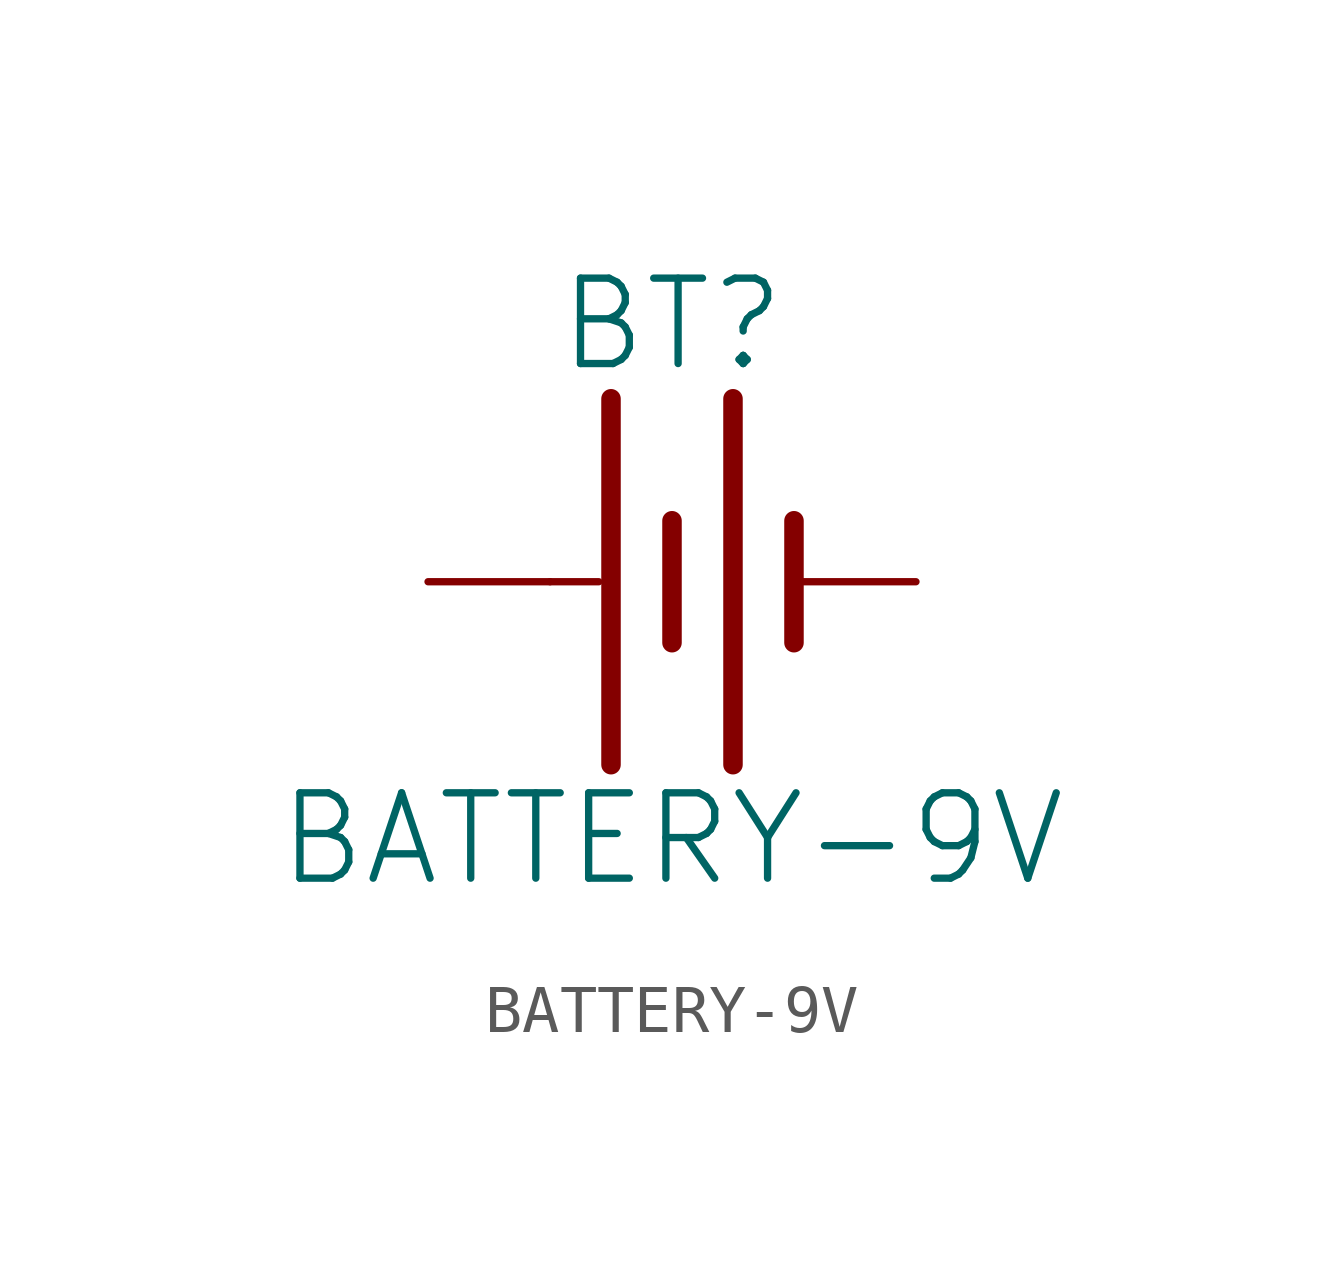
<source format=kicad_sym>
(kicad_symbol_lib
  (version 20211014)
  (generator kicad_symbol_editor)
  (symbol "BATTERY-9V"
    (property "Reference" "BT"
      (at 0 4.318 0)
      (effects (font (size 1.778 1.778)) (justify bottom)))
    (property "Value" "BATTERY-9V"
      (at 0 -4.318 0)
      (effects (font (size 1.778 1.778)) (justify top)))
    (property "ki_locked" ""
      (at 0 0 0)
      (effects (font (size 1.27 1.27))))
    (symbol "BATTERY-9V_1_0"
      (polyline (pts (xy -2.54 0) (xy -1.524 0)) (stroke (width 0.152) (type default) (color 0 0 0 0)) (fill (type none)))
      (polyline (pts (xy -1.27 3.81) (xy -1.27 -3.81)) (stroke (width 0.406) (type default) (color 0 0 0 0)) (fill (type none)))
      (polyline (pts (xy 0 1.27) (xy 0 -1.27)) (stroke (width 0.406) (type default) (color 0 0 0 0)) (fill (type none)))
      (polyline (pts (xy 1.27 3.81) (xy 1.27 -3.81)) (stroke (width 0.406) (type default) (color 0 0 0 0)) (fill (type none)))
      (polyline (pts (xy 2.54 1.27) (xy 2.54 -1.27)) (stroke (width 0.406) (type default) (color 0 0 0 0)) (fill (type none)))
      (pin power_in line (at -5.08 0 0) (length 2.54) (name "+" (effects (font (size 0 0)))) (number "+" (effects (font (size 0 0)))))
      (pin power_in line (at 5.08 0 180) (length 2.54) (name "-" (effects (font (size 0 0)))) (number "-" (effects (font (size 0 0))))))))
</source>
